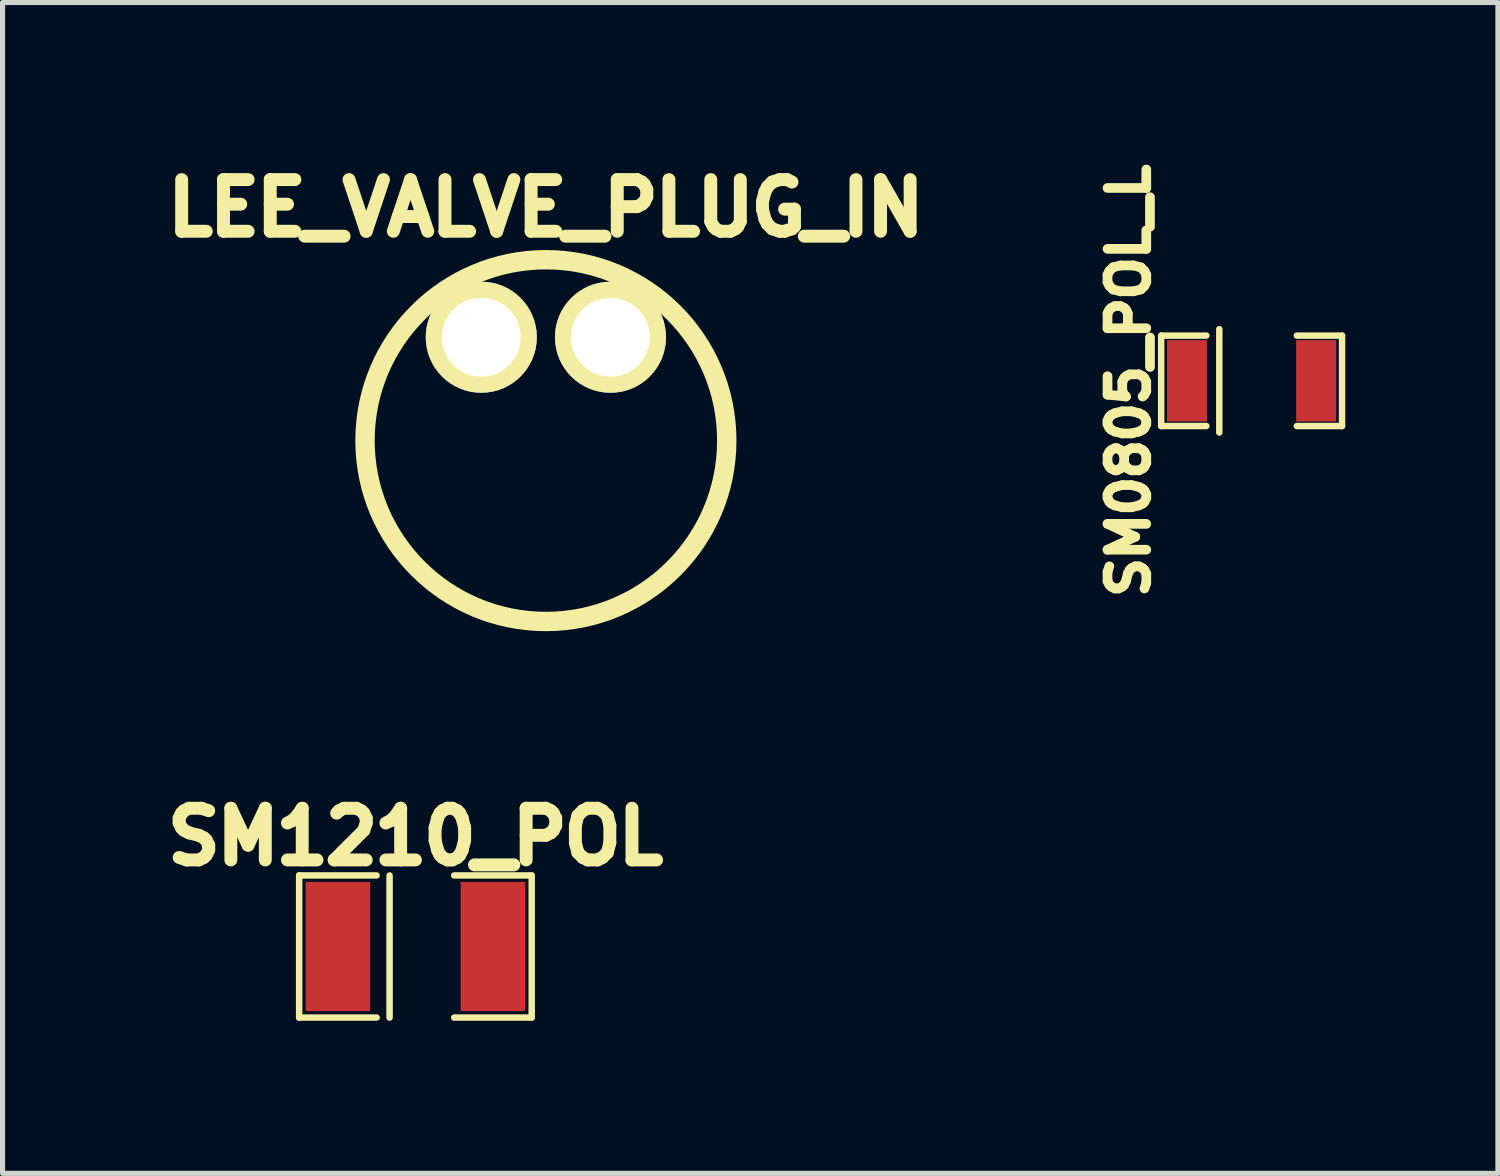
<source format=kicad_pcb>
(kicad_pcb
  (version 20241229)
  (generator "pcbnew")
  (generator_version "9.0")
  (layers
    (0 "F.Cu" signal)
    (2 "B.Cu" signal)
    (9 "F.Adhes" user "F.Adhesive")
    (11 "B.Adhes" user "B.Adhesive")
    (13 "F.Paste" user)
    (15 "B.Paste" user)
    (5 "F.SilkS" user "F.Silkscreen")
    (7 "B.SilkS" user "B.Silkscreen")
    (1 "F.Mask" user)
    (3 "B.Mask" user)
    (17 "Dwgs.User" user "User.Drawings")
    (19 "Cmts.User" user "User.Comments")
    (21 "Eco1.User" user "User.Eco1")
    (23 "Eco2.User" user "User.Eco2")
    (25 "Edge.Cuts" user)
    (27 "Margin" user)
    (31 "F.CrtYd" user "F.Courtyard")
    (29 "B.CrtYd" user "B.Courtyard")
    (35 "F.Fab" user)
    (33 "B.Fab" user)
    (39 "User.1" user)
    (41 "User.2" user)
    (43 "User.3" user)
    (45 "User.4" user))
  (footprint "LEE_VALVE_PLUG_IN"
    (layer "F.Cu")
    (at 7.682 3.58)
    (property "Reference" "LEE_VALVE_PLUG_IN" (at 0 -2.54 0) (layer "F.SilkS") (effects (font (size 1.016 1.016) (thickness 0.254))))
    (attr through_hole)
    (fp_circle (center 0 2.032) (end 0 -1.524) (stroke (width 0.381) (type solid)) (fill no) (layer "F.SilkS"))
    (pad "1" thru_hole circle (at -1.27 0) (size 2.184 2.184) (drill 1.549) (layers "*.Cu" "*.Mask" "F.SilkS"))
    (pad "2" thru_hole circle (at 1.27 0) (size 2.184 2.184) (drill 1.549) (layers "*.Cu" "*.Mask" "F.SilkS")))
  (footprint "SM1210_POL"
    (layer "F.Cu")
    (at 5.117 15.558)
    (property "Reference" "SM1210_POL" (at 0 -2.159 0) (layer "F.SilkS") (effects (font (size 1.016 1.016) (thickness 0.254))))
    (attr smd)
    (fp_line (start -2.286 -1.397) (end -2.286 1.397) (stroke (width 0.127) (type solid)) (layer "F.SilkS"))
    (fp_line (start -2.286 1.397) (end -0.762 1.397) (stroke (width 0.127) (type solid)) (layer "F.SilkS"))
    (fp_line (start -0.762 -1.397) (end -2.286 -1.397) (stroke (width 0.127) (type solid)) (layer "F.SilkS"))
    (fp_line (start -0.508 -1.397) (end -0.508 1.397) (stroke (width 0.127) (type solid)) (layer "F.SilkS"))
    (fp_line (start 0.762 1.397) (end 2.286 1.397) (stroke (width 0.127) (type solid)) (layer "F.SilkS"))
    (fp_line (start 2.286 -1.397) (end 0.762 -1.397) (stroke (width 0.127) (type solid)) (layer "F.SilkS"))
    (fp_line (start 2.286 1.397) (end 2.286 -1.397) (stroke (width 0.127) (type solid)) (layer "F.SilkS"))
    (pad "1" smd rect (at -1.524 0) (size 1.27 2.54) (layers "F.Cu" "F.Mask" "F.Paste"))
    (pad "2" smd rect (at 1.524 0) (size 1.27 2.54) (layers "F.Cu" "F.Mask" "F.Paste")))
  (footprint "SM0805_POL_L"
    (layer "F.Cu")
    (at 21.556 4.437)
    (property "Reference" "SM0805_POL_L" (at -2.413 0 90) (layer "F.SilkS") (effects (font (size 0.762 0.762) (thickness 0.191))))
    (attr smd)
    (fp_line (start -1.778 -0.889) (end -1.778 0.889) (stroke (width 0.127) (type solid)) (layer "F.SilkS"))
    (fp_line (start -1.778 0.889) (end -0.889 0.889) (stroke (width 0.127) (type solid)) (layer "F.SilkS"))
    (fp_line (start -0.889 -0.889) (end -1.778 -0.889) (stroke (width 0.127) (type solid)) (layer "F.SilkS"))
    (fp_line (start -0.635 -1.016) (end -0.635 1.016) (stroke (width 0.127) (type solid)) (layer "F.SilkS"))
    (fp_line (start 0.889 -0.889) (end 1.778 -0.889) (stroke (width 0.127) (type solid)) (layer "F.SilkS"))
    (fp_line (start 1.778 -0.889) (end 1.778 0.889) (stroke (width 0.127) (type solid)) (layer "F.SilkS"))
    (fp_line (start 1.778 0.889) (end 0.889 0.889) (stroke (width 0.127) (type solid)) (layer "F.SilkS"))
    (pad "1" smd rect (at -1.27 0) (size 0.787 1.6) (layers "F.Cu" "F.Mask" "F.Paste"))
    (pad "2" smd rect (at 1.27 0) (size 0.787 1.6) (layers "F.Cu" "F.Mask" "F.Paste")))
  (gr_rect
    (start -3 -3)
    (end 26.398 20.018)
    (stroke (width 0.1) (type default))
    (fill no)
    (layer "Edge.Cuts")))
</source>
